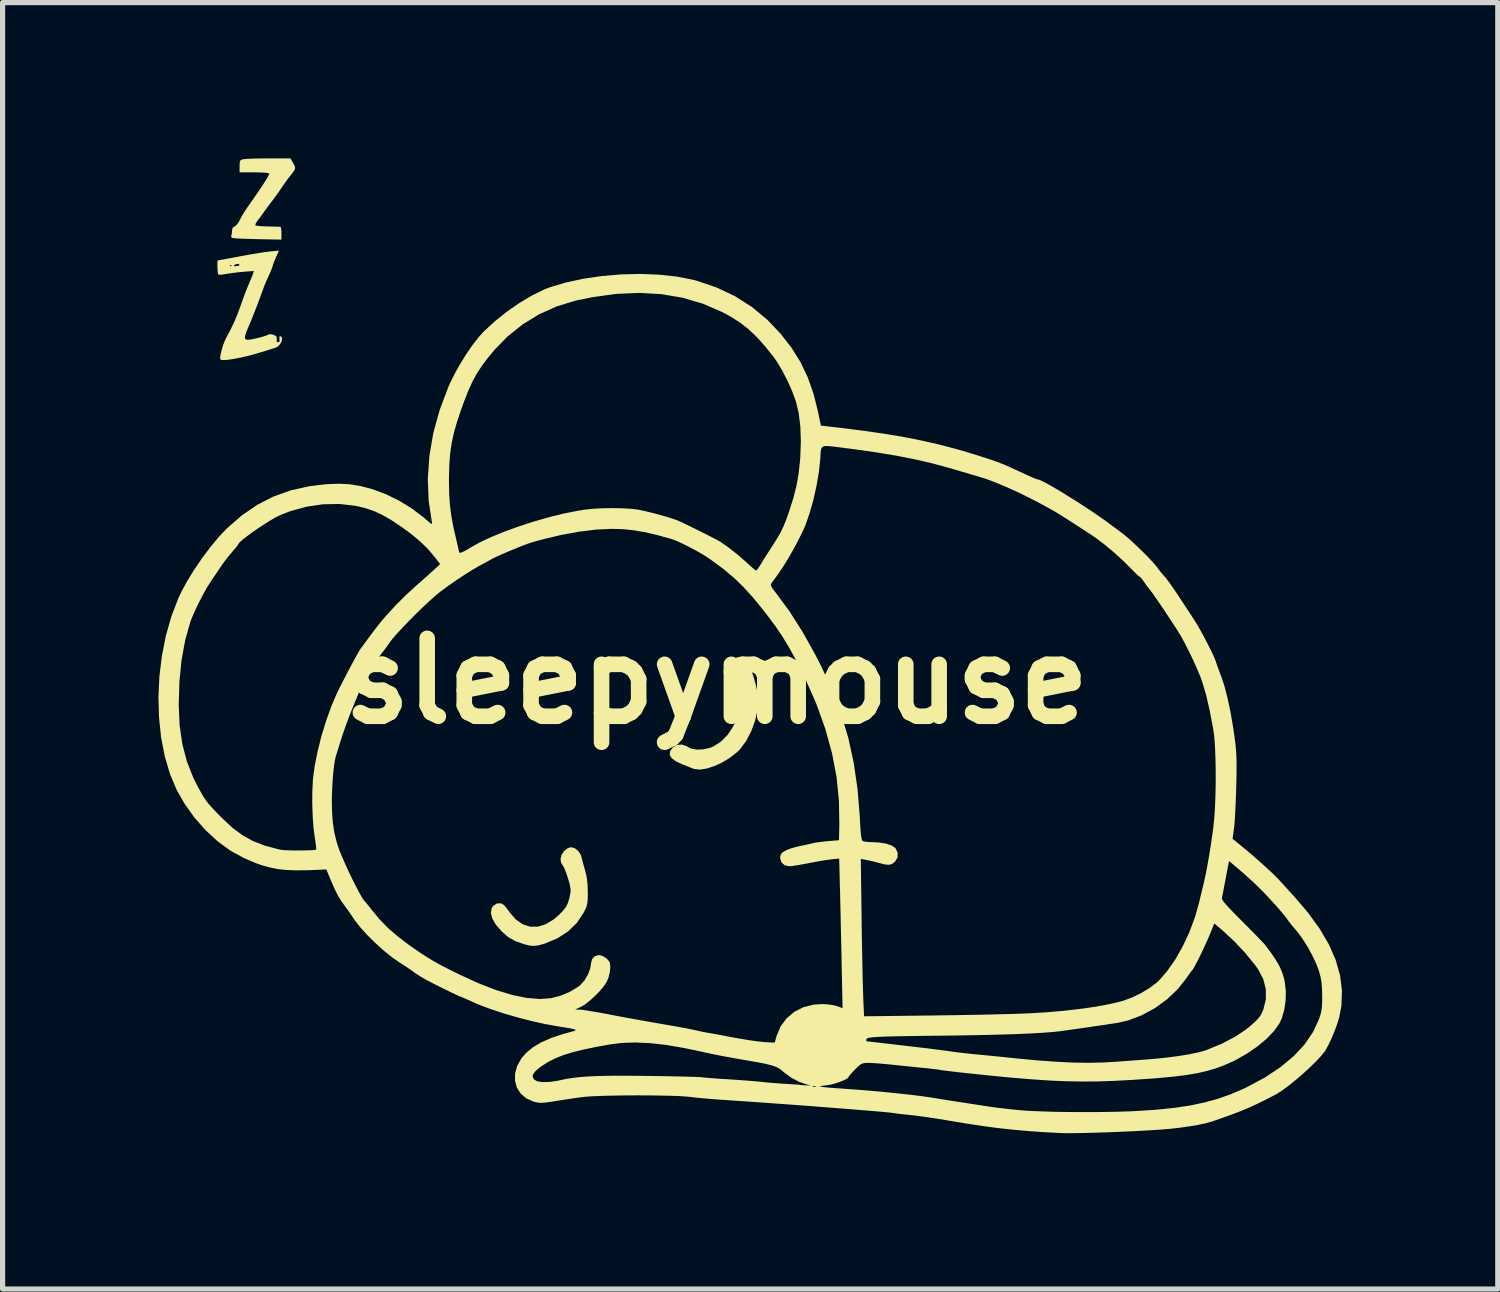
<source format=kicad_pcb>
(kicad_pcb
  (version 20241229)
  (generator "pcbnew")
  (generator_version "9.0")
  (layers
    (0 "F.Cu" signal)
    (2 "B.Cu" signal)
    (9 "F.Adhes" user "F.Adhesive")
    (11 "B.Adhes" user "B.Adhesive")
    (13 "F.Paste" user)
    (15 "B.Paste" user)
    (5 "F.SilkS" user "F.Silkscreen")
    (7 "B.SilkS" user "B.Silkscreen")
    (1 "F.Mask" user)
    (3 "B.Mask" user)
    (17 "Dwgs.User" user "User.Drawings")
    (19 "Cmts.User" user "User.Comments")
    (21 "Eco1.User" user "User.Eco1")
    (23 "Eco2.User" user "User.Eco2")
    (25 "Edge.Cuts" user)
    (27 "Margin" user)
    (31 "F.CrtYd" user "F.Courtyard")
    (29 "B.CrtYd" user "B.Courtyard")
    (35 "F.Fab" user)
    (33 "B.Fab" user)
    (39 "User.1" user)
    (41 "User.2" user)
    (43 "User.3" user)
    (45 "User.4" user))
  (footprint "sleepymouse"
    (layer "F.Cu")
    (at 10.746 10.062)
    (property "Reference" "sleepymouse" (at 0 0 0) (layer "F.SilkS") (effects (font (size 1.5 1.5) (thickness 0.3))))
    (attr board_only exclude_from_pos_files exclude_from_bom)
    (fp_poly (pts (xy 0.528 -0.437) (xy 0.596 -0.364) (xy 0.623 -0.317) (xy 0.666 -0.218) (xy 0.709 -0.092) (xy 0.748 0.045) (xy 0.78 0.179) (xy 0.801 0.295) (xy 0.806 0.361) (xy 0.789 0.562) (xy 0.74 0.769) (xy 0.666 0.97) (xy 0.57 1.153) (xy 0.457 1.307) (xy 0.396 1.368) (xy 0.259 1.476) (xy 0.109 1.568) (xy -0.043 1.638) (xy -0.189 1.685) (xy -0.321 1.705) (xy -0.429 1.694) (xy -0.452 1.686) (xy -0.501 1.666) (xy -0.576 1.636) (xy -0.642 1.611) (xy -0.777 1.549) (xy -0.864 1.486) (xy -0.903 1.419) (xy -0.894 1.35) (xy -0.844 1.281) (xy -0.763 1.232) (xy -0.669 1.223) (xy -0.578 1.254) (xy -0.555 1.27) (xy -0.475 1.306) (xy -0.367 1.321) (xy -0.244 1.314) (xy -0.122 1.285) (xy -0.061 1.26) (xy 0.085 1.166) (xy 0.215 1.035) (xy 0.319 0.876) (xy 0.375 0.746) (xy 0.425 0.524) (xy 0.426 0.302) (xy 0.391 0.122) (xy 0.347 -0.033) (xy 0.315 -0.148) (xy 0.295 -0.231) (xy 0.285 -0.288) (xy 0.285 -0.328) (xy 0.293 -0.356) (xy 0.308 -0.381) (xy 0.314 -0.391) (xy 0.382 -0.452) (xy 0.455 -0.467)) (stroke (width 0) (type solid)) (fill yes) (layer "F.SilkS"))
    (fp_poly (pts (xy -2.726 3.221) (xy -2.659 3.276) (xy -2.612 3.351) (xy -2.601 3.387) (xy -2.587 3.444) (xy -2.564 3.53) (xy -2.536 3.628) (xy -2.533 3.639) (xy -2.501 3.771) (xy -2.484 3.907) (xy -2.479 4.066) (xy -2.48 4.181) (xy -2.486 4.262) (xy -2.499 4.326) (xy -2.522 4.387) (xy -2.56 4.461) (xy -2.564 4.469) (xy -2.694 4.661) (xy -2.862 4.823) (xy -3.065 4.954) (xy -3.302 5.053) (xy -3.344 5.066) (xy -3.441 5.091) (xy -3.517 5.1) (xy -3.593 5.094) (xy -3.69 5.071) (xy -3.706 5.067) (xy -3.87 5.01) (xy -4.006 4.934) (xy -4.132 4.825) (xy -4.138 4.819) (xy -4.249 4.691) (xy -4.318 4.572) (xy -4.345 4.466) (xy -4.33 4.375) (xy -4.298 4.327) (xy -4.23 4.283) (xy -4.155 4.279) (xy -4.093 4.313) (xy -4.056 4.355) (xy -4.008 4.419) (xy -3.983 4.455) (xy -3.864 4.592) (xy -3.732 4.684) (xy -3.589 4.73) (xy -3.44 4.729) (xy -3.286 4.681) (xy -3.132 4.587) (xy -3.039 4.507) (xy -2.955 4.421) (xy -2.9 4.35) (xy -2.865 4.279) (xy -2.847 4.227) (xy -2.825 4.14) (xy -2.811 4.061) (xy -2.809 4.027) (xy -2.817 3.964) (xy -2.837 3.876) (xy -2.867 3.777) (xy -2.9 3.681) (xy -2.933 3.6) (xy -2.96 3.549) (xy -2.968 3.541) (xy -2.993 3.497) (xy -3.004 3.432) (xy -3.004 3.427) (xy -2.984 3.345) (xy -2.933 3.27) (xy -2.864 3.217) (xy -2.797 3.199)) (stroke (width 0) (type solid)) (fill yes) (layer "F.SilkS"))
    (fp_poly (pts (xy -8.157 -9.983) (xy -8.123 -9.921) (xy -8.113 -9.874) (xy -8.132 -9.826) (xy -8.18 -9.762) (xy -8.195 -9.743) (xy -8.257 -9.664) (xy -8.327 -9.568) (xy -8.371 -9.503) (xy -8.438 -9.405) (xy -8.514 -9.299) (xy -8.559 -9.24) (xy -8.623 -9.156) (xy -8.684 -9.073) (xy -8.719 -9.024) (xy -8.773 -8.948) (xy -8.829 -8.874) (xy -8.838 -8.863) (xy -8.871 -8.812) (xy -8.881 -8.777) (xy -8.879 -8.773) (xy -8.848 -8.765) (xy -8.781 -8.758) (xy -8.688 -8.753) (xy -8.638 -8.752) (xy -8.537 -8.75) (xy -8.456 -8.748) (xy -8.405 -8.746) (xy -8.395 -8.745) (xy -8.385 -8.722) (xy -8.378 -8.665) (xy -8.377 -8.621) (xy -8.377 -8.499) (xy -8.664 -8.504) (xy -8.804 -8.507) (xy -8.952 -8.511) (xy -9.085 -8.515) (xy -9.155 -8.517) (xy -9.255 -8.523) (xy -9.315 -8.53) (xy -9.342 -8.542) (xy -9.345 -8.56) (xy -9.344 -8.563) (xy -9.333 -8.616) (xy -9.33 -8.669) (xy -9.316 -8.728) (xy -9.28 -8.751) (xy -9.24 -8.781) (xy -9.197 -8.841) (xy -9.183 -8.87) (xy -9.139 -8.954) (xy -9.083 -9.047) (xy -9.055 -9.088) (xy -8.926 -9.273) (xy -8.816 -9.432) (xy -8.727 -9.565) (xy -8.662 -9.667) (xy -8.623 -9.737) (xy -8.61 -9.77) (xy -8.611 -9.772) (xy -8.639 -9.781) (xy -8.706 -9.788) (xy -8.801 -9.792) (xy -8.904 -9.794) (xy -9.183 -9.794) (xy -9.183 -9.913) (xy -9.181 -9.984) (xy -9.169 -10.022) (xy -9.139 -10.04) (xy -9.107 -10.047) (xy -9.057 -10.052) (xy -8.969 -10.057) (xy -8.851 -10.06) (xy -8.715 -10.062) (xy -8.618 -10.062) (xy -8.205 -10.062)) (stroke (width 0) (type solid)) (fill yes) (layer "F.SilkS"))
    (fp_poly (pts (xy -8.487 -8.148) (xy -8.519 -8.071) (xy -8.541 -8.012) (xy -8.548 -7.986) (xy -8.558 -7.954) (xy -8.583 -7.89) (xy -8.62 -7.807) (xy -8.63 -7.785) (xy -8.672 -7.692) (xy -8.707 -7.609) (xy -8.728 -7.552) (xy -8.73 -7.546) (xy -8.746 -7.501) (xy -8.775 -7.422) (xy -8.813 -7.32) (xy -8.856 -7.207) (xy -8.9 -7.094) (xy -8.94 -6.993) (xy -8.972 -6.914) (xy -8.988 -6.875) (xy -9.041 -6.752) (xy -9.072 -6.666) (xy -9.081 -6.61) (xy -9.069 -6.581) (xy -9.036 -6.57) (xy -9.026 -6.57) (xy -8.968 -6.576) (xy -8.885 -6.592) (xy -8.794 -6.614) (xy -8.71 -6.638) (xy -8.649 -6.66) (xy -8.631 -6.67) (xy -8.588 -6.679) (xy -8.531 -6.666) (xy -8.48 -6.641) (xy -8.466 -6.605) (xy -8.469 -6.581) (xy -8.469 -6.534) (xy -8.441 -6.521) (xy -8.413 -6.533) (xy -8.414 -6.575) (xy -8.416 -6.582) (xy -8.417 -6.63) (xy -8.398 -6.643) (xy -8.372 -6.614) (xy -8.367 -6.603) (xy -8.369 -6.551) (xy -8.401 -6.49) (xy -8.45 -6.439) (xy -8.469 -6.427) (xy -8.507 -6.413) (xy -8.582 -6.388) (xy -8.685 -6.356) (xy -8.806 -6.32) (xy -8.856 -6.305) (xy -9.013 -6.262) (xy -9.163 -6.227) (xy -9.3 -6.201) (xy -9.415 -6.184) (xy -9.5 -6.179) (xy -9.548 -6.187) (xy -9.553 -6.19) (xy -9.558 -6.224) (xy -9.548 -6.291) (xy -9.528 -6.376) (xy -9.5 -6.467) (xy -9.468 -6.551) (xy -9.446 -6.598) (xy -9.356 -6.767) (xy -9.285 -6.916) (xy -9.223 -7.064) (xy -9.162 -7.23) (xy -9.157 -7.245) (xy -9.113 -7.369) (xy -9.068 -7.49) (xy -9.027 -7.592) (xy -9.003 -7.648) (xy -8.968 -7.731) (xy -8.938 -7.804) (xy -8.927 -7.837) (xy -8.909 -7.895) (xy -9.113 -7.879) (xy -9.229 -7.868) (xy -9.346 -7.853) (xy -9.439 -7.838) (xy -9.448 -7.837) (xy -9.522 -7.825) (xy -9.576 -7.823) (xy -9.593 -7.827) (xy -9.602 -7.858) (xy -9.608 -7.921) (xy -9.609 -7.969) (xy -9.61 -8.003) (xy -9.37 -8.003) (xy -9.367 -7.988) (xy -9.354 -7.986) (xy -9.337 -7.994) (xy -9.297 -7.994) (xy -9.272 -7.987) (xy -9.25 -7.987) (xy -9.202 -7.994) (xy -9.183 -8.011) (xy -9.201 -8.032) (xy -9.245 -8.028) (xy -9.281 -8.011) (xy -9.297 -7.994) (xy -9.337 -7.994) (xy -9.334 -7.995) (xy -9.338 -8.003) (xy -9.367 -8.006) (xy -9.37 -8.003) (xy -9.61 -8.003) (xy -9.61 -8.095) (xy -9.513 -8.114) (xy -9.452 -8.125) (xy -9.356 -8.143) (xy -9.237 -8.165) (xy -9.107 -8.19) (xy -9.088 -8.193) (xy -8.949 -8.218) (xy -8.811 -8.241) (xy -8.688 -8.259) (xy -8.596 -8.271) (xy -8.593 -8.271) (xy -8.426 -8.286)) (stroke (width 0) (type solid)) (fill yes) (layer "F.SilkS"))
    (fp_poly (pts (xy -1.11 -7.824) (xy -0.772 -7.788) (xy -0.464 -7.728) (xy -0.379 -7.706) (xy 0.006 -7.575) (xy 0.359 -7.407) (xy 0.682 -7.201) (xy 0.977 -6.956) (xy 1.239 -6.68) (xy 1.447 -6.411) (xy 1.618 -6.137) (xy 1.756 -5.847) (xy 1.866 -5.533) (xy 1.954 -5.183) (xy 1.955 -5.176) (xy 2.009 -4.918) (xy 2.378 -4.875) (xy 2.827 -4.819) (xy 3.235 -4.76) (xy 3.609 -4.697) (xy 3.957 -4.628) (xy 4.287 -4.553) (xy 4.607 -4.469) (xy 4.811 -4.41) (xy 5.042 -4.339) (xy 5.233 -4.278) (xy 5.392 -4.223) (xy 5.524 -4.172) (xy 5.639 -4.122) (xy 5.65 -4.117) (xy 5.815 -4.041) (xy 5.942 -3.982) (xy 6.036 -3.94) (xy 6.101 -3.911) (xy 6.144 -3.894) (xy 6.169 -3.885) (xy 6.18 -3.883) (xy 6.225 -3.87) (xy 6.303 -3.833) (xy 6.41 -3.775) (xy 6.54 -3.7) (xy 6.687 -3.611) (xy 6.845 -3.513) (xy 7.009 -3.409) (xy 7.172 -3.302) (xy 7.329 -3.196) (xy 7.475 -3.095) (xy 7.575 -3.021) (xy 7.667 -2.953) (xy 7.764 -2.88) (xy 7.828 -2.833) (xy 7.901 -2.773) (xy 7.994 -2.691) (xy 8.098 -2.593) (xy 8.205 -2.49) (xy 8.305 -2.389) (xy 8.391 -2.298) (xy 8.454 -2.226) (xy 8.475 -2.198) (xy 8.533 -2.121) (xy 8.596 -2.046) (xy 8.602 -2.039) (xy 8.655 -1.978) (xy 8.716 -1.897) (xy 8.792 -1.79) (xy 8.885 -1.651) (xy 8.981 -1.506) (xy 9.05 -1.4) (xy 9.118 -1.297) (xy 9.175 -1.21) (xy 9.198 -1.175) (xy 9.251 -1.09) (xy 9.315 -0.979) (xy 9.384 -0.852) (xy 9.453 -0.72) (xy 9.516 -0.595) (xy 9.568 -0.486) (xy 9.602 -0.405) (xy 9.609 -0.386) (xy 9.634 -0.312) (xy 9.67 -0.212) (xy 9.71 -0.106) (xy 9.718 -0.086) (xy 9.779 0.099) (xy 9.838 0.328) (xy 9.895 0.596) (xy 9.947 0.9) (xy 9.967 1.038) (xy 9.984 1.163) (xy 9.997 1.274) (xy 10.005 1.381) (xy 10.01 1.494) (xy 10.012 1.623) (xy 10.011 1.78) (xy 10.007 1.973) (xy 10.006 2.003) (xy 10.001 2.184) (xy 9.994 2.362) (xy 9.986 2.528) (xy 9.978 2.671) (xy 9.969 2.78) (xy 9.964 2.82) (xy 9.935 3.039) (xy 10.028 3.113) (xy 10.166 3.226) (xy 10.312 3.349) (xy 10.457 3.476) (xy 10.592 3.598) (xy 10.71 3.708) (xy 10.802 3.799) (xy 10.832 3.831) (xy 10.921 3.929) (xy 11.019 4.037) (xy 11.106 4.132) (xy 11.114 4.14) (xy 11.387 4.459) (xy 11.613 4.771) (xy 11.792 5.076) (xy 11.922 5.376) (xy 12.005 5.671) (xy 12.041 5.961) (xy 12.031 6.248) (xy 11.989 6.474) (xy 11.95 6.6) (xy 11.897 6.745) (xy 11.835 6.892) (xy 11.771 7.025) (xy 11.718 7.119) (xy 11.652 7.204) (xy 11.555 7.31) (xy 11.435 7.428) (xy 11.301 7.552) (xy 11.16 7.673) (xy 11.022 7.785) (xy 10.894 7.88) (xy 10.787 7.949) (xy 10.76 7.964) (xy 10.571 8.061) (xy 10.407 8.142) (xy 10.254 8.212) (xy 10.103 8.276) (xy 9.939 8.339) (xy 9.753 8.406) (xy 9.533 8.482) (xy 9.525 8.484) (xy 9.413 8.515) (xy 9.263 8.547) (xy 9.085 8.577) (xy 8.889 8.604) (xy 8.756 8.619) (xy 8.62 8.631) (xy 8.449 8.643) (xy 8.25 8.655) (xy 8.033 8.667) (xy 7.805 8.677) (xy 7.574 8.687) (xy 7.349 8.694) (xy 7.137 8.7) (xy 6.946 8.704) (xy 6.786 8.706) (xy 6.663 8.704) (xy 6.631 8.703) (xy 6.294 8.685) (xy 5.987 8.663) (xy 5.698 8.637) (xy 5.412 8.606) (xy 5.119 8.567) (xy 4.805 8.519) (xy 4.457 8.461) (xy 4.421 8.455) (xy 4.255 8.428) (xy 4.082 8.401) (xy 3.915 8.378) (xy 3.773 8.36) (xy 3.712 8.354) (xy 3.597 8.342) (xy 3.498 8.331) (xy 3.427 8.321) (xy 3.395 8.316) (xy 3.36 8.311) (xy 3.281 8.303) (xy 3.163 8.292) (xy 3.01 8.279) (xy 2.828 8.264) (xy 2.62 8.247) (xy 2.391 8.229) (xy 2.147 8.21) (xy 1.892 8.19) (xy 1.63 8.17) (xy 1.367 8.151) (xy 1.106 8.132) (xy 0.854 8.114) (xy 0.613 8.097) (xy 0.39 8.082) (xy 0.244 8.072) (xy 0.07 8.06) (xy -0.101 8.047) (xy -0.26 8.034) (xy -0.394 8.021) (xy -0.493 8.009) (xy -0.513 8.007) (xy -0.603 7.998) (xy -0.734 7.99) (xy -0.899 7.985) (xy -1.088 7.981) (xy -1.294 7.978) (xy -1.51 7.977) (xy -1.727 7.978) (xy -1.938 7.981) (xy -2.134 7.985) (xy -2.308 7.991) (xy -2.451 7.998) (xy -2.556 8.007) (xy -2.564 8.008) (xy -2.688 8.024) (xy -2.838 8.046) (xy -2.993 8.07) (xy -3.094 8.086) (xy -3.221 8.106) (xy -3.312 8.118) (xy -3.379 8.122) (xy -3.434 8.118) (xy -3.488 8.107) (xy -3.523 8.097) (xy -3.665 8.034) (xy -3.772 7.942) (xy -3.845 7.827) (xy -3.85 7.808) (xy 1.847 7.808) (xy 1.881 7.812) (xy 1.907 7.809) (xy 1.988 7.809) (xy 2.014 7.813) (xy 2.082 7.821) (xy 2.184 7.83) (xy 2.313 7.84) (xy 2.461 7.85) (xy 2.507 7.854) (xy 2.747 7.871) (xy 2.998 7.892) (xy 3.251 7.915) (xy 3.496 7.94) (xy 3.726 7.965) (xy 3.929 7.99) (xy 4.096 8.013) (xy 4.152 8.022) (xy 4.238 8.036) (xy 4.329 8.051) (xy 4.433 8.068) (xy 4.555 8.087) (xy 4.701 8.109) (xy 4.88 8.137) (xy 5.096 8.17) (xy 5.251 8.194) (xy 5.425 8.218) (xy 5.619 8.24) (xy 5.812 8.26) (xy 5.983 8.274) (xy 6.02 8.276) (xy 6.252 8.286) (xy 6.52 8.294) (xy 6.811 8.298) (xy 7.113 8.299) (xy 7.412 8.298) (xy 7.696 8.293) (xy 7.952 8.285) (xy 8.096 8.278) (xy 8.474 8.253) (xy 8.811 8.218) (xy 9.114 8.173) (xy 9.391 8.115) (xy 9.649 8.044) (xy 9.894 7.958) (xy 10.136 7.855) (xy 10.209 7.82) (xy 10.558 7.633) (xy 10.859 7.433) (xy 11.114 7.22) (xy 11.323 6.995) (xy 11.485 6.756) (xy 11.595 6.52) (xy 11.625 6.432) (xy 11.644 6.357) (xy 11.655 6.277) (xy 11.66 6.179) (xy 11.66 6.057) (xy 11.656 5.911) (xy 11.647 5.797) (xy 11.628 5.694) (xy 11.599 5.586) (xy 11.596 5.576) (xy 11.543 5.436) (xy 11.467 5.277) (xy 11.377 5.113) (xy 11.28 4.96) (xy 11.186 4.832) (xy 11.147 4.787) (xy 11.079 4.707) (xy 11.013 4.623) (xy 10.983 4.579) (xy 10.944 4.527) (xy 10.879 4.449) (xy 10.796 4.352) (xy 10.702 4.248) (xy 10.656 4.198) (xy 10.534 4.069) (xy 10.419 3.954) (xy 10.301 3.842) (xy 10.17 3.724) (xy 10.014 3.589) (xy 9.949 3.534) (xy 9.868 3.466) (xy 9.856 3.522) (xy 9.847 3.568) (xy 9.831 3.65) (xy 9.811 3.755) (xy 9.794 3.847) (xy 9.772 3.961) (xy 9.753 4.061) (xy 9.738 4.136) (xy 9.73 4.168) (xy 9.731 4.191) (xy 9.745 4.223) (xy 9.778 4.268) (xy 9.833 4.331) (xy 9.913 4.416) (xy 10.021 4.527) (xy 10.115 4.621) (xy 10.231 4.738) (xy 10.337 4.845) (xy 10.428 4.938) (xy 10.498 5.011) (xy 10.542 5.057) (xy 10.552 5.069) (xy 10.674 5.231) (xy 10.767 5.368) (xy 10.836 5.488) (xy 10.886 5.601) (xy 10.923 5.717) (xy 10.938 5.783) (xy 10.96 5.959) (xy 10.957 6.146) (xy 10.93 6.331) (xy 10.882 6.496) (xy 10.838 6.59) (xy 10.734 6.738) (xy 10.589 6.889) (xy 10.411 7.037) (xy 10.208 7.176) (xy 9.989 7.3) (xy 9.928 7.329) (xy 9.767 7.4) (xy 9.605 7.46) (xy 9.435 7.509) (xy 9.25 7.551) (xy 9.042 7.586) (xy 8.804 7.616) (xy 8.528 7.642) (xy 8.365 7.655) (xy 7.994 7.68) (xy 7.656 7.698) (xy 7.342 7.709) (xy 7.041 7.711) (xy 6.741 7.706) (xy 6.432 7.693) (xy 6.103 7.671) (xy 5.744 7.642) (xy 5.495 7.619) (xy 5.275 7.597) (xy 5.063 7.575) (xy 4.863 7.554) (xy 4.684 7.535) (xy 4.529 7.517) (xy 4.407 7.502) (xy 4.322 7.491) (xy 4.286 7.484) (xy 4.242 7.477) (xy 4.162 7.468) (xy 4.06 7.456) (xy 3.993 7.45) (xy 3.871 7.438) (xy 3.72 7.422) (xy 3.559 7.406) (xy 3.407 7.389) (xy 3.269 7.376) (xy 3.136 7.364) (xy 3.021 7.356) (xy 2.939 7.352) (xy 2.929 7.352) (xy 2.857 7.354) (xy 2.806 7.364) (xy 2.76 7.391) (xy 2.704 7.441) (xy 2.666 7.478) (xy 2.605 7.543) (xy 2.56 7.595) (xy 2.54 7.625) (xy 2.54 7.626) (xy 2.518 7.651) (xy 2.461 7.682) (xy 2.379 7.716) (xy 2.286 7.747) (xy 2.193 7.771) (xy 2.122 7.783) (xy 2.048 7.792) (xy 1.999 7.802) (xy 1.988 7.809) (xy 1.907 7.809) (xy 1.915 7.808) (xy 1.911 7.799) (xy 1.861 7.796) (xy 1.85 7.799) (xy 1.847 7.808) (xy -3.85 7.808) (xy -3.88 7.696) (xy -3.88 7.611) (xy -3.541 7.611) (xy -3.519 7.668) (xy -3.457 7.705) (xy -3.357 7.722) (xy -3.225 7.72) (xy -3.065 7.697) (xy -3.004 7.684) (xy -2.889 7.66) (xy -2.768 7.641) (xy -2.636 7.626) (xy -2.487 7.614) (xy -2.316 7.606) (xy -2.118 7.601) (xy -1.886 7.599) (xy -1.616 7.6) (xy -1.343 7.603) (xy -1.127 7.606) (xy -0.924 7.609) (xy -0.739 7.613) (xy -0.578 7.617) (xy -0.447 7.62) (xy -0.352 7.624) (xy -0.299 7.627) (xy -0.293 7.628) (xy -0.241 7.634) (xy -0.15 7.642) (xy -0.03 7.651) (xy 0.109 7.661) (xy 0.232 7.668) (xy 0.39 7.679) (xy 0.545 7.69) (xy 0.685 7.701) (xy 0.799 7.711) (xy 0.855 7.717) (xy 0.959 7.728) (xy 1.091 7.739) (xy 1.233 7.75) (xy 1.319 7.755) (xy 1.43 7.762) (xy 1.521 7.768) (xy 1.583 7.773) (xy 1.605 7.776) (xy 1.63 7.78) (xy 1.688 7.783) (xy 1.715 7.784) (xy 1.82 7.787) (xy 1.728 7.765) (xy 1.585 7.714) (xy 1.436 7.635) (xy 1.303 7.538) (xy 1.28 7.518) (xy 1.236 7.48) (xy 1.186 7.449) (xy 1.126 7.421) (xy 1.048 7.396) (xy 0.946 7.371) (xy 0.813 7.344) (xy 0.643 7.314) (xy 0.501 7.29) (xy 0.264 7.248) (xy 0.03 7.204) (xy -0.182 7.16) (xy -0.256 7.143) (xy -0.633 7.064) (xy -0.973 7.006) (xy -1.279 6.972) (xy -1.557 6.959) (xy -1.813 6.967) (xy -2.041 6.995) (xy -2.326 7.046) (xy -2.568 7.097) (xy -2.774 7.148) (xy -2.948 7.202) (xy -3.096 7.26) (xy -3.226 7.325) (xy -3.26 7.345) (xy -3.395 7.432) (xy -3.485 7.508) (xy -3.533 7.573) (xy -3.541 7.611) (xy -3.88 7.611) (xy -3.879 7.555) (xy -3.839 7.41) (xy -3.76 7.269) (xy -3.668 7.162) (xy -3.538 7.054) (xy -3.382 6.96) (xy -3.193 6.876) (xy -2.966 6.799) (xy -2.809 6.756) (xy -2.752 6.741) (xy -2.719 6.728) (xy -2.713 6.717) (xy -2.739 6.705) (xy -2.8 6.691) (xy -2.901 6.673) (xy -3.045 6.65) (xy -3.077 6.645) (xy -3.313 6.602) (xy -3.569 6.544) (xy -3.832 6.476) (xy -4.09 6.401) (xy -4.332 6.322) (xy -4.546 6.243) (xy -4.67 6.19) (xy -4.768 6.145) (xy -4.849 6.11) (xy -4.902 6.087) (xy -4.919 6.081) (xy -4.946 6.071) (xy -5.008 6.043) (xy -5.094 6.002) (xy -5.198 5.951) (xy -5.308 5.897) (xy -5.416 5.843) (xy -5.514 5.793) (xy -5.591 5.752) (xy -5.616 5.739) (xy -5.705 5.686) (xy -5.792 5.63) (xy -5.835 5.598) (xy -5.9 5.552) (xy -5.988 5.493) (xy -6.081 5.433) (xy -6.089 5.429) (xy -6.241 5.324) (xy -6.404 5.193) (xy -6.569 5.045) (xy -6.725 4.89) (xy -6.862 4.739) (xy -6.97 4.6) (xy -6.989 4.571) (xy -7.052 4.477) (xy -7.12 4.381) (xy -7.163 4.323) (xy -7.231 4.227) (xy -7.292 4.125) (xy -7.352 4.006) (xy -7.418 3.855) (xy -7.432 3.822) (xy -7.513 3.627) (xy -7.609 3.632) (xy -7.879 3.643) (xy -8.106 3.645) (xy -8.296 3.637) (xy -8.456 3.619) (xy -8.579 3.594) (xy -8.686 3.566) (xy -8.774 3.54) (xy -8.859 3.51) (xy -8.954 3.471) (xy -9.075 3.418) (xy -9.11 3.402) (xy -9.361 3.265) (xy -9.606 3.086) (xy -9.839 2.871) (xy -10.055 2.626) (xy -10.245 2.359) (xy -10.392 2.101) (xy -10.522 1.793) (xy -10.623 1.452) (xy -10.694 1.088) (xy -10.734 0.704) (xy -10.742 0.443) (xy -10.355 0.443) (xy -10.355 0.459) (xy -10.338 0.851) (xy -10.286 1.212) (xy -10.198 1.548) (xy -10.073 1.866) (xy -9.985 2.039) (xy -9.927 2.144) (xy -9.879 2.227) (xy -9.833 2.296) (xy -9.783 2.362) (xy -9.721 2.432) (xy -9.64 2.517) (xy -9.534 2.625) (xy -9.506 2.653) (xy -9.316 2.829) (xy -9.126 2.97) (xy -8.925 3.081) (xy -8.701 3.168) (xy -8.444 3.237) (xy -8.389 3.249) (xy -8.336 3.255) (xy -8.252 3.259) (xy -8.148 3.262) (xy -8.034 3.262) (xy -7.923 3.261) (xy -7.824 3.258) (xy -7.75 3.254) (xy -7.711 3.247) (xy -7.708 3.246) (xy -7.708 3.219) (xy -7.714 3.156) (xy -7.727 3.069) (xy -7.732 3.041) (xy -7.758 2.843) (xy -7.775 2.614) (xy -7.784 2.371) (xy -7.784 2.32) (xy -7.407 2.32) (xy -7.402 2.549) (xy -7.386 2.745) (xy -7.358 2.923) (xy -7.314 3.1) (xy -7.288 3.184) (xy -7.255 3.276) (xy -7.206 3.393) (xy -7.147 3.528) (xy -7.081 3.672) (xy -7.012 3.816) (xy -6.944 3.951) (xy -6.882 4.069) (xy -6.83 4.162) (xy -6.791 4.22) (xy -6.785 4.227) (xy -6.74 4.279) (xy -6.68 4.353) (xy -6.626 4.422) (xy -6.483 4.594) (xy -6.324 4.756) (xy -6.141 4.915) (xy -5.925 5.079) (xy -5.816 5.156) (xy -5.688 5.243) (xy -5.574 5.316) (xy -5.465 5.383) (xy -5.35 5.448) (xy -5.217 5.518) (xy -5.056 5.599) (xy -4.958 5.647) (xy -4.588 5.817) (xy -4.246 5.95) (xy -3.933 6.045) (xy -3.649 6.102) (xy -3.395 6.122) (xy -3.188 6.106) (xy -3.006 6.06) (xy -2.826 5.985) (xy -2.668 5.889) (xy -2.628 5.858) (xy -2.546 5.768) (xy -2.477 5.654) (xy -2.432 5.534) (xy -2.418 5.442) (xy -2.398 5.356) (xy -2.344 5.298) (xy -2.265 5.275) (xy -2.264 5.275) (xy -2.188 5.295) (xy -2.114 5.344) (xy -2.062 5.407) (xy -2.055 5.423) (xy -2.045 5.503) (xy -2.055 5.607) (xy -2.083 5.716) (xy -2.116 5.794) (xy -2.17 5.876) (xy -2.252 5.973) (xy -2.351 6.073) (xy -2.453 6.165) (xy -2.547 6.236) (xy -2.601 6.268) (xy -2.723 6.325) (xy -2.638 6.326) (xy -2.588 6.33) (xy -2.5 6.343) (xy -2.38 6.363) (xy -2.239 6.387) (xy -2.083 6.416) (xy -2.039 6.425) (xy -1.842 6.462) (xy -1.618 6.503) (xy -1.387 6.545) (xy -1.17 6.583) (xy -1.026 6.608) (xy -0.865 6.636) (xy -0.712 6.663) (xy -0.577 6.688) (xy -0.468 6.71) (xy -0.397 6.725) (xy -0.391 6.727) (xy -0.291 6.749) (xy -0.189 6.769) (xy -0.147 6.776) (xy -0.075 6.788) (xy 0.029 6.807) (xy 0.146 6.829) (xy 0.214 6.843) (xy 0.416 6.88) (xy 0.608 6.912) (xy 0.78 6.937) (xy 0.923 6.952) (xy 1.006 6.957) (xy 1.12 6.961) (xy 1.137 6.901) (xy 2.882 6.901) (xy 2.885 6.933) (xy 2.888 6.936) (xy 2.916 6.939) (xy 2.984 6.947) (xy 3.085 6.958) (xy 3.21 6.973) (xy 3.351 6.989) (xy 3.501 7.007) (xy 3.651 7.024) (xy 3.794 7.041) (xy 3.921 7.056) (xy 4.024 7.068) (xy 4.042 7.07) (xy 4.177 7.087) (xy 4.31 7.104) (xy 4.425 7.119) (xy 4.506 7.131) (xy 4.583 7.142) (xy 4.696 7.156) (xy 4.832 7.171) (xy 4.976 7.186) (xy 5.031 7.191) (xy 5.204 7.208) (xy 5.4 7.227) (xy 5.595 7.247) (xy 5.767 7.265) (xy 5.776 7.266) (xy 6.178 7.304) (xy 6.539 7.33) (xy 6.867 7.346) (xy 7.169 7.35) (xy 7.453 7.344) (xy 7.718 7.328) (xy 7.86 7.317) (xy 8.012 7.306) (xy 8.151 7.296) (xy 8.218 7.291) (xy 8.453 7.272) (xy 8.682 7.248) (xy 8.9 7.219) (xy 9.096 7.187) (xy 9.262 7.153) (xy 9.392 7.119) (xy 9.427 7.107) (xy 9.727 6.983) (xy 9.982 6.85) (xy 10.196 6.707) (xy 10.282 6.637) (xy 10.374 6.554) (xy 10.437 6.489) (xy 10.48 6.428) (xy 10.513 6.359) (xy 10.528 6.322) (xy 10.576 6.128) (xy 10.575 5.934) (xy 10.527 5.742) (xy 10.43 5.555) (xy 10.375 5.477) (xy 10.174 5.23) (xy 9.97 5.013) (xy 9.749 4.808) (xy 9.694 4.761) (xy 9.582 4.667) (xy 9.502 4.868) (xy 9.461 4.965) (xy 9.41 5.077) (xy 9.355 5.196) (xy 9.299 5.312) (xy 9.246 5.416) (xy 9.202 5.499) (xy 9.17 5.553) (xy 9.158 5.568) (xy 9.136 5.594) (xy 9.096 5.648) (xy 9.054 5.71) (xy 8.884 5.928) (xy 8.676 6.126) (xy 8.441 6.297) (xy 8.187 6.435) (xy 7.923 6.535) (xy 7.73 6.58) (xy 7.676 6.588) (xy 7.583 6.602) (xy 7.461 6.621) (xy 7.319 6.641) (xy 7.166 6.664) (xy 7.012 6.686) (xy 6.866 6.707) (xy 6.737 6.725) (xy 6.636 6.739) (xy 6.619 6.742) (xy 6.466 6.758) (xy 6.266 6.773) (xy 6.019 6.787) (xy 5.725 6.799) (xy 5.386 6.809) (xy 5.003 6.818) (xy 4.575 6.825) (xy 4.335 6.828) (xy 4.03 6.831) (xy 3.77 6.835) (xy 3.552 6.838) (xy 3.372 6.842) (xy 3.227 6.846) (xy 3.113 6.851) (xy 3.026 6.857) (xy 2.964 6.864) (xy 2.922 6.872) (xy 2.896 6.881) (xy 2.884 6.892) (xy 2.882 6.901) (xy 1.137 6.901) (xy 1.158 6.829) (xy 1.235 6.646) (xy 1.35 6.492) (xy 1.497 6.369) (xy 1.672 6.28) (xy 1.872 6.23) (xy 2.039 6.219) (xy 2.146 6.226) (xy 2.25 6.241) (xy 2.318 6.259) (xy 2.426 6.298) (xy 2.409 5.488) (xy 2.405 5.254) (xy 2.399 5.001) (xy 2.393 4.742) (xy 2.388 4.49) (xy 2.382 4.259) (xy 2.378 4.063) (xy 2.377 4.047) (xy 2.361 3.418) (xy 2.212 3.433) (xy 2.127 3.444) (xy 2.011 3.463) (xy 1.88 3.486) (xy 1.771 3.507) (xy 1.649 3.53) (xy 1.538 3.549) (xy 1.449 3.562) (xy 1.398 3.566) (xy 1.31 3.546) (xy 1.25 3.492) (xy 1.225 3.413) (xy 1.226 3.387) (xy 1.238 3.335) (xy 1.271 3.297) (xy 1.337 3.26) (xy 1.343 3.257) (xy 1.429 3.223) (xy 1.536 3.192) (xy 1.612 3.175) (xy 1.708 3.156) (xy 1.795 3.137) (xy 1.845 3.124) (xy 1.903 3.112) (xy 1.993 3.099) (xy 2.099 3.087) (xy 2.138 3.083) (xy 2.357 3.065) (xy 2.364 2.76) (xy 2.356 2.302) (xy 2.31 1.847) (xy 2.223 1.389) (xy 2.095 0.925) (xy 1.926 0.452) (xy 1.714 -0.033) (xy 1.49 -0.476) (xy 1.379 -0.675) (xy 1.268 -0.857) (xy 1.147 -1.037) (xy 1.006 -1.228) (xy 0.898 -1.368) (xy 0.704 -1.605) (xy 0.519 -1.809) (xy 0.471 -1.856) (xy 1.045 -1.856) (xy 1.053 -1.822) (xy 1.084 -1.772) (xy 1.143 -1.696) (xy 1.403 -1.344) (xy 1.658 -0.943) (xy 1.908 -0.495) (xy 2.026 -0.261) (xy 2.234 0.197) (xy 2.405 0.651) (xy 2.54 1.109) (xy 2.642 1.582) (xy 2.714 2.077) (xy 2.757 2.603) (xy 2.759 2.647) (xy 2.768 2.813) (xy 2.778 2.935) (xy 2.789 3.018) (xy 2.802 3.065) (xy 2.812 3.08) (xy 2.854 3.092) (xy 2.926 3.1) (xy 2.982 3.101) (xy 3.138 3.11) (xy 3.273 3.133) (xy 3.377 3.169) (xy 3.443 3.216) (xy 3.445 3.219) (xy 3.487 3.306) (xy 3.484 3.396) (xy 3.436 3.478) (xy 3.433 3.481) (xy 3.38 3.522) (xy 3.319 3.538) (xy 3.238 3.531) (xy 3.132 3.504) (xy 3.032 3.477) (xy 2.927 3.453) (xy 2.893 3.446) (xy 2.777 3.424) (xy 2.793 4.588) (xy 2.796 4.837) (xy 2.8 5.083) (xy 2.805 5.32) (xy 2.809 5.54) (xy 2.813 5.737) (xy 2.818 5.904) (xy 2.822 6.034) (xy 2.824 6.103) (xy 2.84 6.455) (xy 4.186 6.439) (xy 4.457 6.435) (xy 4.729 6.431) (xy 4.995 6.426) (xy 5.247 6.421) (xy 5.48 6.415) (xy 5.686 6.41) (xy 5.859 6.404) (xy 5.992 6.399) (xy 6.02 6.398) (xy 6.363 6.377) (xy 6.694 6.348) (xy 7.006 6.312) (xy 7.294 6.271) (xy 7.548 6.224) (xy 7.764 6.174) (xy 7.838 6.153) (xy 8.007 6.089) (xy 8.18 6.005) (xy 8.342 5.907) (xy 8.476 5.805) (xy 8.512 5.772) (xy 8.674 5.588) (xy 8.83 5.365) (xy 8.974 5.111) (xy 9.103 4.836) (xy 9.21 4.549) (xy 9.291 4.262) (xy 9.321 4.135) (xy 9.352 4.008) (xy 9.378 3.9) (xy 9.39 3.847) (xy 9.42 3.71) (xy 9.453 3.536) (xy 9.488 3.336) (xy 9.522 3.12) (xy 9.553 2.901) (xy 9.565 2.809) (xy 9.583 2.637) (xy 9.596 2.434) (xy 9.605 2.209) (xy 9.61 1.973) (xy 9.61 1.736) (xy 9.606 1.507) (xy 9.598 1.295) (xy 9.586 1.112) (xy 9.569 0.966) (xy 9.567 0.953) (xy 9.5 0.593) (xy 9.428 0.278) (xy 9.351 0.016) (xy 9.308 -0.101) (xy 9.246 -0.247) (xy 9.173 -0.409) (xy 9.093 -0.575) (xy 9.014 -0.731) (xy 8.941 -0.865) (xy 8.902 -0.929) (xy 8.837 -1.031) (xy 8.76 -1.149) (xy 8.677 -1.275) (xy 8.593 -1.401) (xy 8.512 -1.52) (xy 8.441 -1.623) (xy 8.385 -1.703) (xy 8.348 -1.752) (xy 8.343 -1.758) (xy 8.294 -1.819) (xy 8.241 -1.894) (xy 8.229 -1.911) (xy 8.19 -1.966) (xy 8.159 -1.999) (xy 8.152 -2.003) (xy 8.129 -2.019) (xy 8.08 -2.064) (xy 8.013 -2.13) (xy 7.956 -2.189) (xy 7.809 -2.334) (xy 7.642 -2.485) (xy 7.469 -2.629) (xy 7.304 -2.754) (xy 7.206 -2.821) (xy 7.129 -2.871) (xy 7.024 -2.939) (xy 6.902 -3.018) (xy 6.777 -3.099) (xy 6.745 -3.12) (xy 6.544 -3.245) (xy 6.319 -3.372) (xy 6.079 -3.499) (xy 5.836 -3.619) (xy 5.598 -3.728) (xy 5.375 -3.822) (xy 5.178 -3.895) (xy 5.092 -3.922) (xy 5.001 -3.949) (xy 4.875 -3.986) (xy 4.73 -4.029) (xy 4.576 -4.074) (xy 4.489 -4.1) (xy 4.17 -4.187) (xy 3.833 -4.265) (xy 3.472 -4.337) (xy 3.078 -4.402) (xy 2.645 -4.464) (xy 2.479 -4.485) (xy 2.317 -4.506) (xy 2.198 -4.52) (xy 2.115 -4.526) (xy 2.06 -4.519) (xy 2.028 -4.498) (xy 2.011 -4.46) (xy 2.004 -4.4) (xy 1.999 -4.317) (xy 1.997 -4.274) (xy 1.97 -4.024) (xy 1.924 -3.756) (xy 1.864 -3.486) (xy 1.792 -3.232) (xy 1.714 -3.008) (xy 1.705 -2.986) (xy 1.664 -2.894) (xy 1.606 -2.776) (xy 1.539 -2.645) (xy 1.472 -2.522) (xy 1.396 -2.387) (xy 1.324 -2.268) (xy 1.249 -2.153) (xy 1.161 -2.026) (xy 1.056 -1.882) (xy 1.045 -1.856) (xy 0.471 -1.856) (xy 0.332 -1.99) (xy 0.133 -2.157) (xy -0.091 -2.322) (xy -0.183 -2.385) (xy -0.278 -2.445) (xy -0.396 -2.512) (xy -0.524 -2.58) (xy -0.651 -2.643) (xy -0.763 -2.695) (xy -0.848 -2.728) (xy -0.86 -2.732) (xy -1.132 -2.808) (xy -1.373 -2.865) (xy -1.592 -2.902) (xy -1.801 -2.924) (xy -2.012 -2.93) (xy -2.021 -2.93) (xy -2.316 -2.916) (xy -2.643 -2.876) (xy -2.994 -2.812) (xy -3.363 -2.724) (xy -3.566 -2.667) (xy -3.639 -2.642) (xy -3.743 -2.603) (xy -3.866 -2.553) (xy -3.997 -2.499) (xy -4.123 -2.445) (xy -4.232 -2.396) (xy -4.313 -2.357) (xy -4.335 -2.345) (xy -4.413 -2.301) (xy -4.508 -2.249) (xy -4.567 -2.218) (xy -4.689 -2.148) (xy -4.836 -2.056) (xy -4.997 -1.95) (xy -5.16 -1.837) (xy -5.311 -1.726) (xy -5.404 -1.651) (xy -5.518 -1.549) (xy -5.646 -1.43) (xy -5.781 -1.299) (xy -5.914 -1.165) (xy -6.04 -1.035) (xy -6.15 -0.916) (xy -6.237 -0.816) (xy -6.289 -0.748) (xy -6.349 -0.662) (xy -6.409 -0.581) (xy -6.451 -0.529) (xy -6.492 -0.471) (xy -6.546 -0.385) (xy -6.601 -0.287) (xy -6.615 -0.261) (xy -6.668 -0.164) (xy -6.721 -0.075) (xy -6.765 -0.011) (xy -6.775 0.001) (xy -6.804 0.048) (xy -6.846 0.134) (xy -6.897 0.25) (xy -6.955 0.387) (xy -7.017 0.54) (xy -7.079 0.698) (xy -7.137 0.855) (xy -7.189 1.003) (xy -7.232 1.133) (xy -7.241 1.16) (xy -7.272 1.264) (xy -7.301 1.357) (xy -7.322 1.423) (xy -7.328 1.441) (xy -7.347 1.519) (xy -7.365 1.635) (xy -7.381 1.78) (xy -7.393 1.942) (xy -7.402 2.112) (xy -7.407 2.278) (xy -7.407 2.32) (xy -7.784 2.32) (xy -7.783 2.131) (xy -7.772 1.912) (xy -7.77 1.881) (xy -7.736 1.628) (xy -7.68 1.349) (xy -7.606 1.056) (xy -7.516 0.763) (xy -7.416 0.485) (xy -7.309 0.235) (xy -7.278 0.171) (xy -7.184 -0.014) (xy -7.095 -0.186) (xy -7.015 -0.338) (xy -6.946 -0.464) (xy -6.892 -0.56) (xy -6.856 -0.617) (xy -6.854 -0.62) (xy -6.738 -0.778) (xy -6.646 -0.903) (xy -6.571 -1.002) (xy -6.508 -1.083) (xy -6.452 -1.152) (xy -6.397 -1.216) (xy -6.36 -1.259) (xy -6.168 -1.469) (xy -5.979 -1.657) (xy -5.772 -1.846) (xy -5.752 -1.863) (xy -5.655 -1.949) (xy -5.557 -2.036) (xy -5.473 -2.112) (xy -5.439 -2.143) (xy -5.322 -2.251) (xy -5.427 -2.388) (xy -5.558 -2.543) (xy -5.71 -2.691) (xy -5.892 -2.841) (xy -6.069 -2.97) (xy -6.264 -3.1) (xy -6.438 -3.2) (xy -6.603 -3.276) (xy -6.77 -3.331) (xy -6.952 -3.374) (xy -6.956 -3.374) (xy -7.26 -3.409) (xy -7.577 -3.403) (xy -7.896 -3.356) (xy -8.208 -3.27) (xy -8.41 -3.191) (xy -8.493 -3.149) (xy -8.594 -3.09) (xy -8.707 -3.019) (xy -8.824 -2.942) (xy -8.938 -2.863) (xy -9.04 -2.788) (xy -9.124 -2.723) (xy -9.182 -2.671) (xy -9.207 -2.639) (xy -9.207 -2.636) (xy -9.223 -2.61) (xy -9.263 -2.559) (xy -9.32 -2.493) (xy -9.325 -2.487) (xy -9.404 -2.393) (xy -9.487 -2.285) (xy -9.539 -2.21) (xy -9.608 -2.108) (xy -9.685 -1.994) (xy -9.737 -1.917) (xy -9.814 -1.796) (xy -9.897 -1.646) (xy -9.98 -1.484) (xy -10.055 -1.325) (xy -10.115 -1.183) (xy -10.135 -1.127) (xy -10.232 -0.781) (xy -10.3 -0.406) (xy -10.341 0.000337) (xy -10.355 0.443) (xy -10.742 0.443) (xy -10.746 0.31) (xy -10.727 -0.089) (xy -10.679 -0.486) (xy -10.602 -0.874) (xy -10.496 -1.246) (xy -10.361 -1.596) (xy -10.308 -1.71) (xy -10.195 -1.919) (xy -10.057 -2.143) (xy -9.903 -2.369) (xy -9.74 -2.586) (xy -9.578 -2.78) (xy -9.425 -2.942) (xy -9.423 -2.943) (xy -9.137 -3.191) (xy -8.841 -3.394) (xy -8.528 -3.553) (xy -8.195 -3.672) (xy -7.837 -3.751) (xy -7.522 -3.789) (xy -7.283 -3.799) (xy -7.069 -3.789) (xy -6.859 -3.755) (xy -6.639 -3.698) (xy -6.379 -3.603) (xy -6.114 -3.474) (xy -5.862 -3.319) (xy -5.637 -3.149) (xy -5.598 -3.114) (xy -5.531 -3.056) (xy -5.494 -3.028) (xy -5.479 -3.028) (xy -5.48 -3.053) (xy -5.48 -3.056) (xy -5.543 -3.472) (xy -5.557 -3.834) (xy -5.152 -3.834) (xy -5.148 -3.598) (xy -5.133 -3.384) (xy -5.106 -3.174) (xy -5.064 -2.951) (xy -5.02 -2.76) (xy -4.995 -2.654) (xy -4.975 -2.565) (xy -4.962 -2.505) (xy -4.958 -2.485) (xy -4.944 -2.468) (xy -4.901 -2.478) (xy -4.825 -2.517) (xy -4.753 -2.56) (xy -4.567 -2.665) (xy -4.341 -2.771) (xy -4.085 -2.876) (xy -3.807 -2.977) (xy -3.516 -3.071) (xy -3.222 -3.155) (xy -2.934 -3.226) (xy -2.66 -3.28) (xy -2.54 -3.299) (xy -2.385 -3.316) (xy -2.205 -3.326) (xy -2.013 -3.329) (xy -1.825 -3.326) (xy -1.656 -3.317) (xy -1.519 -3.301) (xy -1.514 -3.3) (xy -1.4 -3.277) (xy -1.263 -3.244) (xy -1.116 -3.206) (xy -0.974 -3.166) (xy -0.849 -3.127) (xy -0.754 -3.093) (xy -0.733 -3.084) (xy -0.648 -3.045) (xy -0.539 -2.993) (xy -0.415 -2.932) (xy -0.287 -2.868) (xy -0.163 -2.806) (xy -0.055 -2.75) (xy 0.028 -2.706) (xy 0.074 -2.68) (xy 0.219 -2.58) (xy 0.38 -2.454) (xy 0.542 -2.315) (xy 0.586 -2.275) (xy 0.659 -2.209) (xy 0.718 -2.158) (xy 0.755 -2.129) (xy 0.762 -2.126) (xy 0.782 -2.145) (xy 0.818 -2.195) (xy 0.859 -2.26) (xy 0.911 -2.345) (xy 0.978 -2.451) (xy 1.048 -2.56) (xy 1.07 -2.594) (xy 1.161 -2.737) (xy 1.232 -2.86) (xy 1.29 -2.98) (xy 1.343 -3.112) (xy 1.4 -3.274) (xy 1.404 -3.286) (xy 1.482 -3.534) (xy 1.539 -3.76) (xy 1.578 -3.982) (xy 1.605 -4.219) (xy 1.612 -4.305) (xy 1.623 -4.614) (xy 1.613 -4.9) (xy 1.582 -5.156) (xy 1.53 -5.375) (xy 1.527 -5.384) (xy 1.457 -5.575) (xy 1.369 -5.775) (xy 1.27 -5.967) (xy 1.169 -6.138) (xy 1.097 -6.242) (xy 0.928 -6.452) (xy 0.772 -6.626) (xy 0.618 -6.772) (xy 0.458 -6.897) (xy 0.283 -7.01) (xy 0.102 -7.107) (xy -0.264 -7.265) (xy -0.65 -7.379) (xy -1.056 -7.448) (xy -1.483 -7.473) (xy -1.929 -7.454) (xy -2.395 -7.39) (xy -2.711 -7.325) (xy -3.072 -7.215) (xy -3.414 -7.062) (xy -3.733 -6.867) (xy -4.025 -6.633) (xy -4.266 -6.387) (xy -4.403 -6.222) (xy -4.517 -6.071) (xy -4.614 -5.922) (xy -4.7 -5.765) (xy -4.78 -5.589) (xy -4.861 -5.382) (xy -4.913 -5.239) (xy -4.994 -4.999) (xy -5.056 -4.785) (xy -5.099 -4.584) (xy -5.129 -4.381) (xy -5.145 -4.163) (xy -5.152 -3.914) (xy -5.152 -3.834) (xy -5.557 -3.834) (xy -5.559 -3.899) (xy -5.529 -4.333) (xy -5.454 -4.773) (xy -5.332 -5.215) (xy -5.166 -5.656) (xy -5.129 -5.74) (xy -5.042 -5.917) (xy -4.937 -6.103) (xy -4.822 -6.289) (xy -4.703 -6.463) (xy -4.587 -6.613) (xy -4.487 -6.725) (xy -4.271 -6.924) (xy -4.037 -7.111) (xy -3.794 -7.28) (xy -3.552 -7.424) (xy -3.322 -7.537) (xy -3.212 -7.58) (xy -2.902 -7.673) (xy -2.563 -7.746) (xy -2.204 -7.798) (xy -1.836 -7.829) (xy -1.468 -7.838)) (stroke (width 0) (type solid)) (fill yes) (layer "F.SilkS")))
  (gr_rect
    (start -3 -3)
    (end 25.787 21.768)
    (stroke (width 0.1) (type default))
    (fill no)
    (layer "Edge.Cuts")))
</source>
